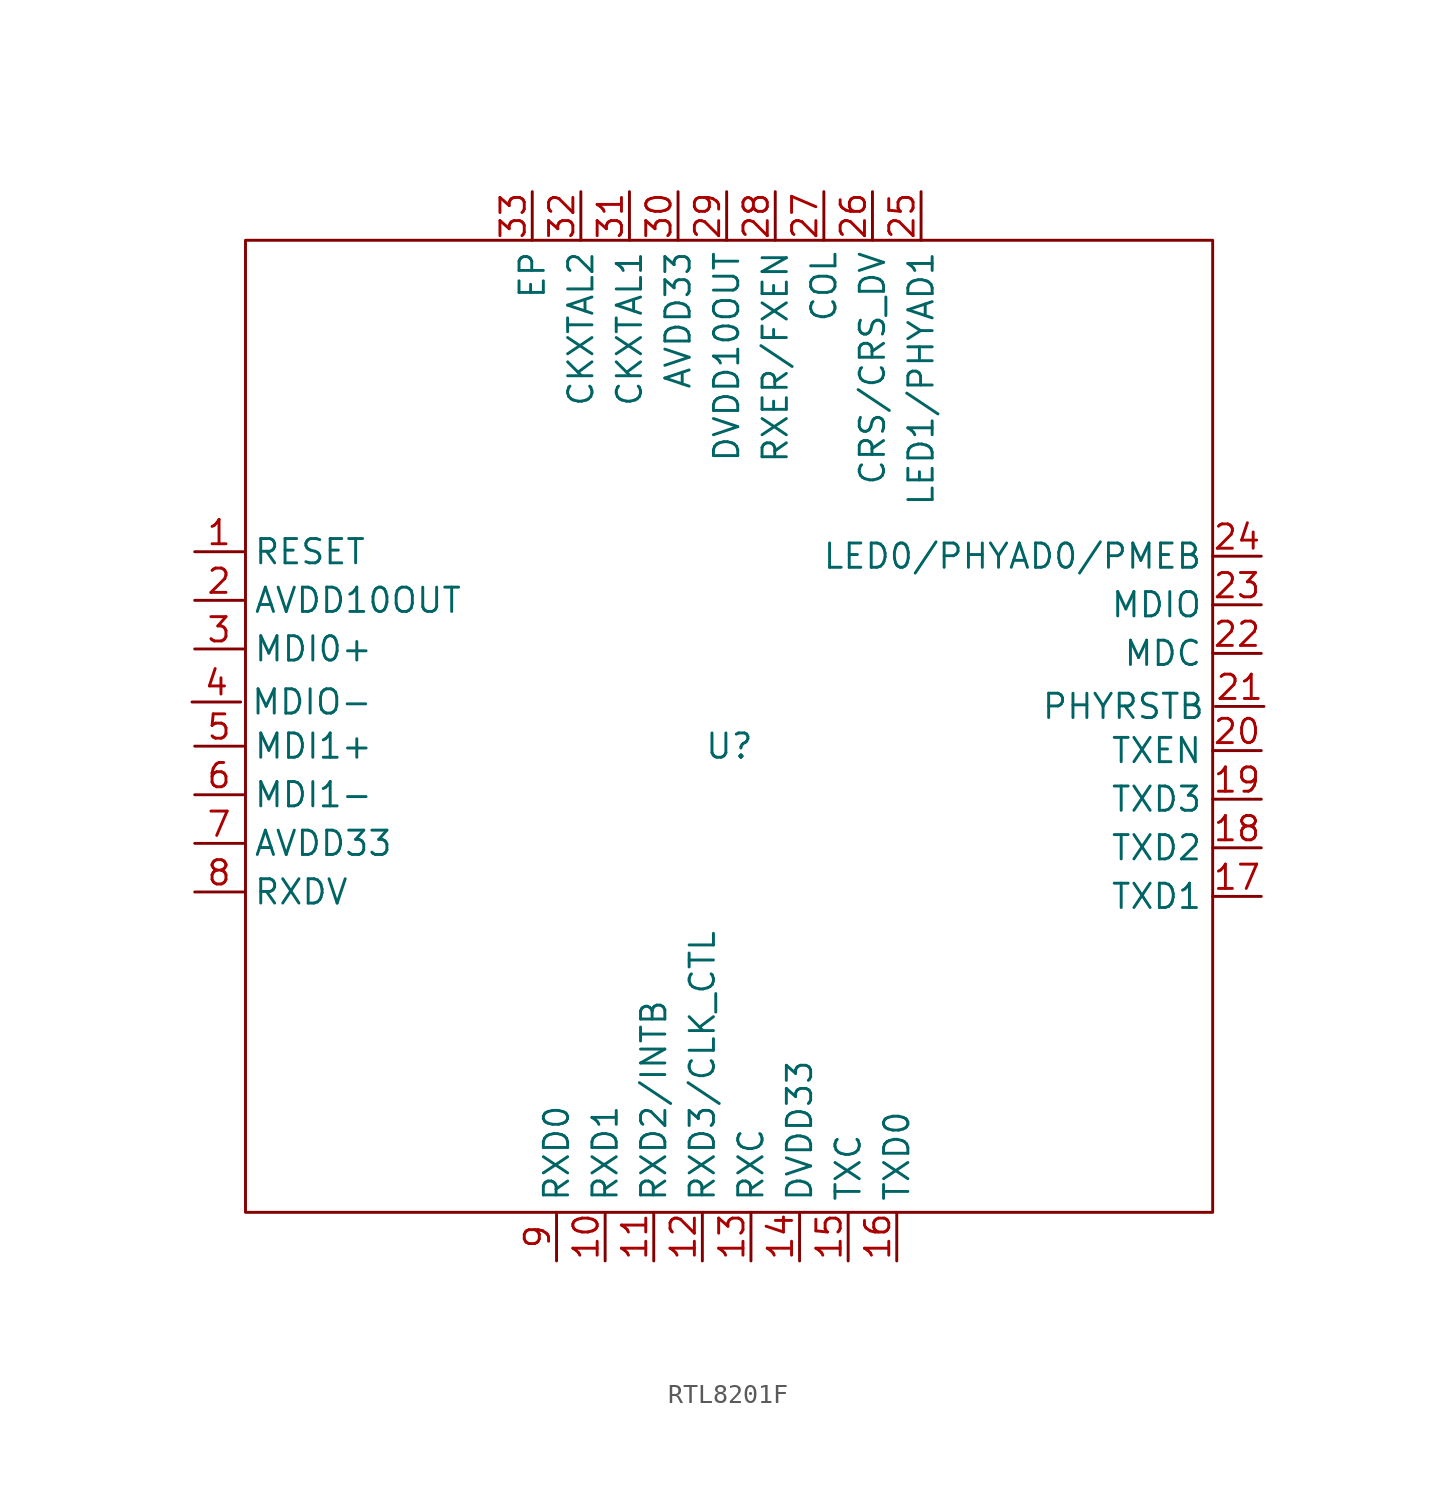
<source format=kicad_sym>
(kicad_symbol_lib
  (version 20230620)
  (generator kicad_symbol_editor)
  (symbol "RTL8201F"
    (property "Reference" "U"
      (at 0.141 -1.038 0)
      (effects (font (size 1.27 1.27))))
    (property "Value" ""
      (at 0.141 -1.038 0)
      (effects (font (size 1.27 1.27))))
    (symbol "RTL8201F_0_1"
      (rectangle (start -25.146 25.4) (end 25.4 -25.4) (stroke (width 0) (type default)) (fill (type none))))
    (symbol "RTL8201F_1_1"
      (pin input line (at -27.799 9.122 0) (length 2.54) (name "RESET" (effects (font (size 1.27 1.27)))) (number "1" (effects (font (size 1.27 1.27)))))
      (pin input line (at -6.35 -27.94 90) (length 2.54) (name "RXD1" (effects (font (size 1.27 1.27)))) (number "10" (effects (font (size 1.27 1.27)))))
      (pin input line (at -3.81 -27.94 90) (length 2.54) (name "RXD2/INTB" (effects (font (size 1.27 1.27)))) (number "11" (effects (font (size 1.27 1.27)))))
      (pin input line (at -1.27 -27.94 90) (length 2.54) (name "RXD3/CLK_CTL" (effects (font (size 1.27 1.27)))) (number "12" (effects (font (size 1.27 1.27)))))
      (pin input line (at 1.27 -27.94 90) (length 2.54) (name "RXC" (effects (font (size 1.27 1.27)))) (number "13" (effects (font (size 1.27 1.27)))))
      (pin input line (at 3.81 -27.94 90) (length 2.54) (name "DVDD33" (effects (font (size 1.27 1.27)))) (number "14" (effects (font (size 1.27 1.27)))))
      (pin input line (at 6.35 -27.94 90) (length 2.54) (name "TXC" (effects (font (size 1.27 1.27)))) (number "15" (effects (font (size 1.27 1.27)))))
      (pin input line (at 8.89 -27.94 90) (length 2.54) (name "TXD0" (effects (font (size 1.27 1.27)))) (number "16" (effects (font (size 1.27 1.27)))))
      (pin input line (at 27.94 -8.89 180) (length 2.54) (name "TXD1" (effects (font (size 1.27 1.27)))) (number "17" (effects (font (size 1.27 1.27)))))
      (pin input line (at 27.94 -6.35 180) (length 2.54) (name "TXD2" (effects (font (size 1.27 1.27)))) (number "18" (effects (font (size 1.27 1.27)))))
      (pin input line (at 27.94 -3.81 180) (length 2.54) (name "TXD3" (effects (font (size 1.27 1.27)))) (number "19" (effects (font (size 1.27 1.27)))))
      (pin input line (at -27.799 6.582 0) (length 2.54) (name "AVDD10OUT" (effects (font (size 1.27 1.27)))) (number "2" (effects (font (size 1.27 1.27)))))
      (pin input line (at 27.94 -1.27 180) (length 2.54) (name "TXEN" (effects (font (size 1.27 1.27)))) (number "20" (effects (font (size 1.27 1.27)))))
      (pin input line (at 28.081 1.038 180) (length 2.54) (name "PHYRSTB" (effects (font (size 1.27 1.27)))) (number "21" (effects (font (size 1.27 1.27)))))
      (pin input line (at 27.94 3.81 180) (length 2.54) (name "MDC" (effects (font (size 1.27 1.27)))) (number "22" (effects (font (size 1.27 1.27)))))
      (pin input line (at 27.94 6.35 180) (length 2.54) (name "MDIO" (effects (font (size 1.27 1.27)))) (number "23" (effects (font (size 1.27 1.27)))))
      (pin input line (at 27.94 8.89 180) (length 2.54) (name "LED0/PHYAD0/PMEB" (effects (font (size 1.27 1.27)))) (number "24" (effects (font (size 1.27 1.27)))))
      (pin input line (at 10.16 27.94 270) (length 2.54) (name "LED1/PHYAD1" (effects (font (size 1.27 1.27)))) (number "25" (effects (font (size 1.27 1.27)))))
      (pin input line (at 7.62 27.94 270) (length 2.54) (name "CRS/CRS_DV" (effects (font (size 1.27 1.27)))) (number "26" (effects (font (size 1.27 1.27)))))
      (pin input line (at 5.08 27.94 270) (length 2.54) (name "COL" (effects (font (size 1.27 1.27)))) (number "27" (effects (font (size 1.27 1.27)))))
      (pin input line (at 2.54 27.94 270) (length 2.54) (name "RXER/FXEN" (effects (font (size 1.27 1.27)))) (number "28" (effects (font (size 1.27 1.27)))))
      (pin input line (at 0 27.94 270) (length 2.54) (name "DVDD10OUT" (effects (font (size 1.27 1.27)))) (number "29" (effects (font (size 1.27 1.27)))))
      (pin input line (at -27.799 4.042 0) (length 2.54) (name "MDI0+" (effects (font (size 1.27 1.27)))) (number "3" (effects (font (size 1.27 1.27)))))
      (pin input line (at -2.54 27.94 270) (length 2.54) (name "AVDD33" (effects (font (size 1.27 1.27)))) (number "30" (effects (font (size 1.27 1.27)))))
      (pin input line (at -5.08 27.94 270) (length 2.54) (name "CKXTAL1" (effects (font (size 1.27 1.27)))) (number "31" (effects (font (size 1.27 1.27)))))
      (pin input line (at -7.62 27.94 270) (length 2.54) (name "CKXTAL2" (effects (font (size 1.27 1.27)))) (number "32" (effects (font (size 1.27 1.27)))))
      (pin input line (at -10.16 27.94 270) (length 2.54) (name "EP" (effects (font (size 1.27 1.27)))) (number "33" (effects (font (size 1.27 1.27)))))
      (pin input line (at -27.94 1.27 0) (length 2.54) (name "MDIO-" (effects (font (size 1.27 1.27)))) (number "4" (effects (font (size 1.27 1.27)))))
      (pin input line (at -27.799 -1.038 0) (length 2.54) (name "MDI1+" (effects (font (size 1.27 1.27)))) (number "5" (effects (font (size 1.27 1.27)))))
      (pin input line (at -27.799 -3.578 0) (length 2.54) (name "MDI1-" (effects (font (size 1.27 1.27)))) (number "6" (effects (font (size 1.27 1.27)))))
      (pin input line (at -27.799 -6.118 0) (length 2.54) (name "AVDD33" (effects (font (size 1.27 1.27)))) (number "7" (effects (font (size 1.27 1.27)))))
      (pin input line (at -27.799 -8.658 0) (length 2.54) (name "RXDV" (effects (font (size 1.27 1.27)))) (number "8" (effects (font (size 1.27 1.27)))))
      (pin input line (at -8.89 -27.94 90) (length 2.54) (name "RXD0" (effects (font (size 1.27 1.27)))) (number "9" (effects (font (size 1.27 1.27))))))))
</source>
